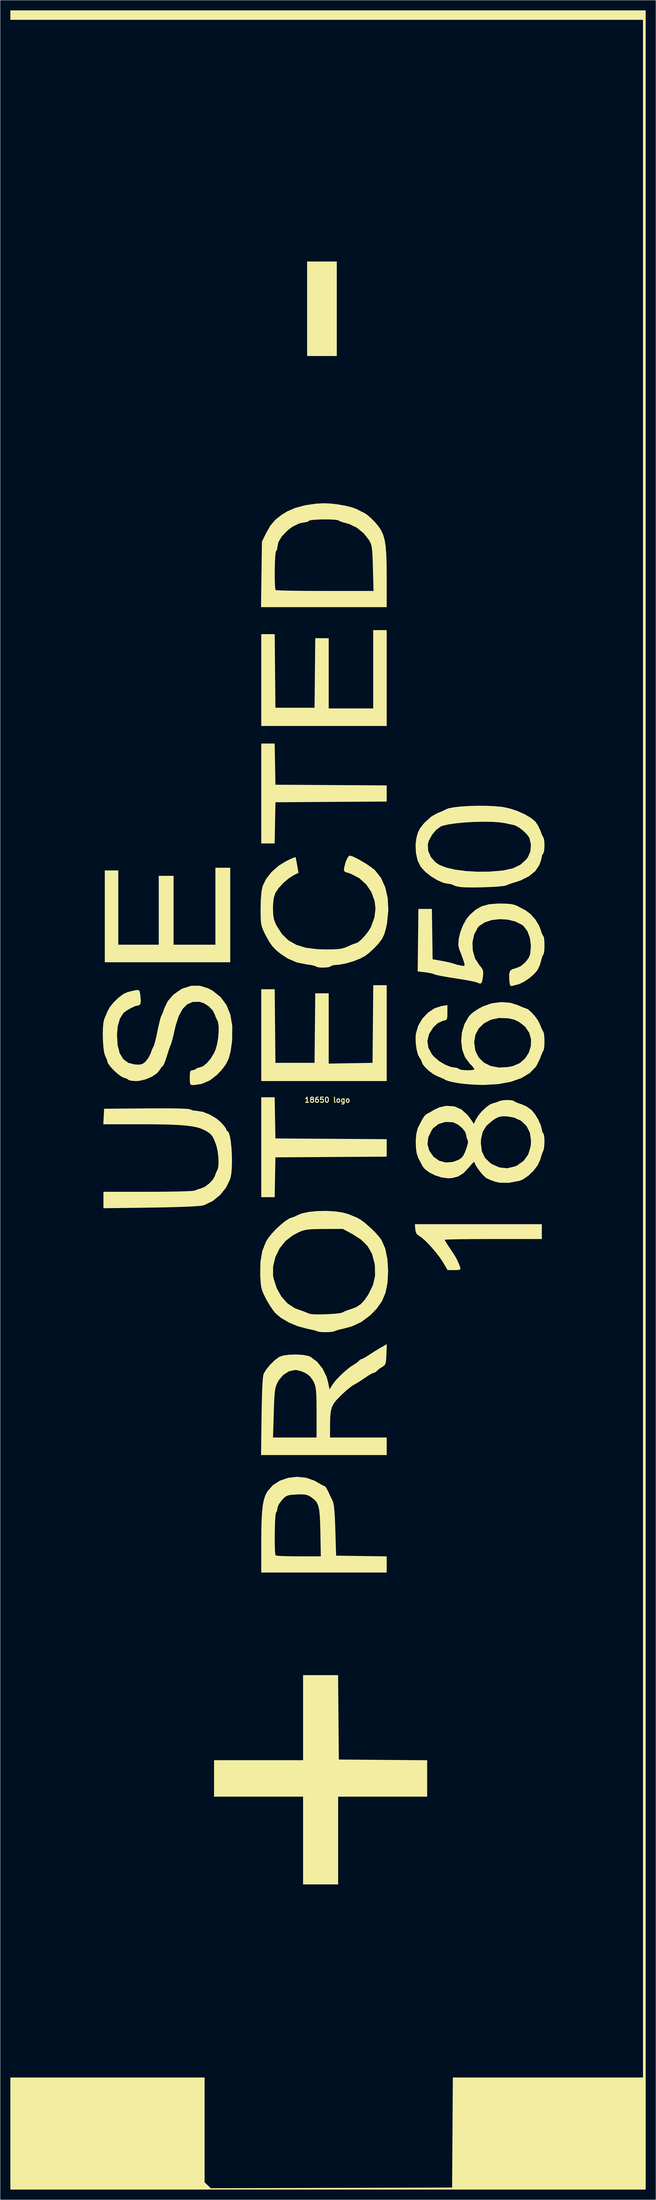
<source format=kicad_pcb>
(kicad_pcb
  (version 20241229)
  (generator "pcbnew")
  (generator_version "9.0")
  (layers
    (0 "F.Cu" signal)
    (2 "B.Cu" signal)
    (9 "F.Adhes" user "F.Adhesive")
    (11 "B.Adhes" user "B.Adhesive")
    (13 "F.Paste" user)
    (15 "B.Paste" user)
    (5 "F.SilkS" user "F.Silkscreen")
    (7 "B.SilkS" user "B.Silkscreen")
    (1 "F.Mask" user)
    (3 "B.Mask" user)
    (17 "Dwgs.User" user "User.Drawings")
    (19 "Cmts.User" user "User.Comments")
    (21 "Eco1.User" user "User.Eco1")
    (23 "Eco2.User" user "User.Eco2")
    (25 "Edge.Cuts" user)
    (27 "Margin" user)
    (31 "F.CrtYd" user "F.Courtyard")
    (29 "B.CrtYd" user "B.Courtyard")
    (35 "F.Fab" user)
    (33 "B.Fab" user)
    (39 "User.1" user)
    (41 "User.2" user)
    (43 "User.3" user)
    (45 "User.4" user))
  (footprint "18650 logo"
    (layer "F.Cu")
    (at 93.266 320.278)
    (property "Reference" "18650 logo" (at 0 0 0) (layer "F.SilkS") (effects (font (size 1.524 1.524) (thickness 0.3))))
    (attr through_hole)
    (fp_poly (pts (xy 2.778 -218.678) (xy -5.953 -218.678) (xy -5.953 -246.459) (xy 2.778 -246.459)) (stroke (width 0) (type solid)) (fill yes) (layer "F.SilkS"))
    (fp_poly (pts (xy -15.389 -98.723) (xy -15.28 -92.67) (xy 1.091 -92.567) (xy 17.462 -92.463) (xy 17.462 -87.718) (xy 1.091 -87.615) (xy -15.28 -87.511) (xy -15.499 -75.406) (xy -19.447 -75.406) (xy -19.447 -104.775) (xy -15.499 -104.775)) (stroke (width 0) (type solid)) (fill yes) (layer "F.SilkS"))
    (fp_poly (pts (xy -28.575 -40.481) (xy -65.484 -40.481) (xy -65.484 -67.469) (xy -61.516 -67.469) (xy -61.516 -45.641) (xy -49.609 -45.641) (xy -49.609 -65.881) (xy -45.244 -65.881) (xy -45.244 -45.641) (xy -32.941 -45.641) (xy -32.941 -68.263) (xy -28.575 -68.263)) (stroke (width 0) (type solid)) (fill yes) (layer "F.SilkS"))
    (fp_poly (pts (xy -15.389 5.259) (xy -15.28 11.311) (xy 1.091 11.415) (xy 17.462 11.518) (xy 17.462 16.66) (xy 1.091 16.764) (xy -15.28 16.867) (xy -15.39 22.721) (xy -15.499 28.575) (xy -19.447 28.575) (xy -19.447 -0.794) (xy -15.499 -0.794)) (stroke (width 0) (type solid)) (fill yes) (layer "F.SilkS"))
    (fp_poly (pts (xy 17.462 -109.934) (xy -19.447 -109.934) (xy -19.447 -136.922) (xy -15.491 -136.922) (xy -15.385 -126.107) (xy -15.28 -115.292) (xy -3.77 -115.292) (xy -3.558 -135.731) (xy 0.397 -135.731) (xy 0.397 -115.094) (xy 13.494 -115.094) (xy 13.494 -138.113) (xy 17.462 -138.113)) (stroke (width 0) (type solid)) (fill yes) (layer "F.SilkS"))
    (fp_poly (pts (xy 3.269 181.471) (xy 3.373 193.873) (xy 16.371 193.978) (xy 29.369 194.083) (xy 29.369 204.787) (xy 3.175 204.787) (xy 3.175 230.584) (xy -7.144 230.584) (xy -7.144 204.787) (xy -33.337 204.787) (xy -33.337 194.072) (xy -7.144 194.072) (xy -7.144 169.069) (xy 3.164 169.069)) (stroke (width 0) (type solid)) (fill yes) (layer "F.SilkS"))
    (fp_poly (pts (xy 17.462 -5.556) (xy -19.447 -5.556) (xy -19.447 -32.544) (xy -15.491 -32.544) (xy -15.385 -21.729) (xy -15.28 -10.914) (xy -3.77 -10.914) (xy -3.558 -31.353) (xy 0.397 -31.353) (xy 0.397 -10.696) (xy 6.846 -10.805) (xy 13.295 -10.914) (xy 13.506 -33.734) (xy 17.462 -33.734)) (stroke (width 0) (type solid)) (fill yes) (layer "F.SilkS"))
    (fp_poly (pts (xy 93.662 320.278) (xy -93.266 320.278) (xy -93.266 287.337) (xy -36.116 287.337) (xy -36.116 318.155) (xy -35.195 319.02) (xy -34.274 319.886) (xy 1.218 319.784) (xy 36.711 319.683) (xy 36.815 303.51) (xy 36.918 287.337) (xy 92.869 287.337) (xy 92.869 -317.5) (xy -93.266 -317.5) (xy -93.266 -320.278) (xy 93.662 -320.278)) (stroke (width 0) (type solid)) (fill yes) (layer "F.SilkS"))
    (fp_poly (pts (xy 63.103 40.878) (xy 48.816 40.878) (xy 45.537 40.884) (xy 42.523 40.9) (xy 39.863 40.926) (xy 37.645 40.959) (xy 35.957 40.999) (xy 34.889 41.045) (xy 34.528 41.093) (xy 34.729 41.533) (xy 35.223 42.334) (xy 35.322 42.482) (xy 36.374 44.044) (xy 37.086 45.126) (xy 37.569 45.901) (xy 37.932 46.541) (xy 38.187 47.03) (xy 38.705 48.155) (xy 39.069 49.113) (xy 39.174 49.641) (xy 38.948 49.905) (xy 38.218 49.997) (xy 37.357 50.006) (xy 35.371 50.006) (xy 34.056 47.755) (xy 33.084 46.288) (xy 31.823 44.663) (xy 30.426 43.048) (xy 29.042 41.609) (xy 27.822 40.513) (xy 27.009 39.967) (xy 26.257 39.382) (xy 25.917 38.402) (xy 25.872 37.998) (xy 25.749 36.513) (xy 63.103 36.513)) (stroke (width 0) (type solid)) (fill yes) (layer "F.SilkS"))
    (fp_poly (pts (xy -6.33 111.02) (xy -3.865 111.866) (xy -3.049 112.319) (xy -1.95 112.969) (xy -1.118 113.4) (xy -0.813 113.506) (xy -0.46 113.833) (xy 0.029 114.649) (xy 0.196 114.995) (xy 0.817 116.303) (xy 1.434 117.543) (xy 1.502 117.673) (xy 1.744 118.341) (xy 1.939 119.373) (xy 2.094 120.872) (xy 2.221 122.939) (xy 2.328 125.676) (xy 2.351 126.405) (xy 2.58 133.945) (xy 10.021 134.053) (xy 17.462 134.161) (xy 17.462 138.906) (xy -19.447 138.906) (xy -19.447 130.049) (xy -19.435 128.102) (xy -15.481 128.102) (xy -15.477 130.007) (xy -15.44 131.699) (xy -15.37 133.008) (xy -15.264 133.768) (xy -15.214 133.879) (xy -14.747 133.968) (xy -13.624 134.044) (xy -11.985 134.102) (xy -9.967 134.136) (xy -8.435 134.144) (xy -1.92 134.144) (xy -2.051 127.099) (xy -2.122 124.225) (xy -2.235 122.025) (xy -2.421 120.378) (xy -2.711 119.165) (xy -3.138 118.265) (xy -3.733 117.558) (xy -4.526 116.925) (xy -4.763 116.761) (xy -5.607 116.263) (xy -6.456 115.999) (xy -7.578 115.918) (xy -9.068 115.963) (xy -10.602 116.062) (xy -11.597 116.238) (xy -12.309 116.589) (xy -12.992 117.211) (xy -13.335 117.578) (xy -14.168 118.684) (xy -14.637 119.706) (xy -14.684 120.025) (xy -14.83 120.868) (xy -15.081 121.245) (xy -15.211 121.701) (xy -15.318 122.783) (xy -15.4 124.322) (xy -15.454 126.151) (xy -15.481 128.102) (xy -19.435 128.102) (xy -19.423 126.345) (xy -19.345 123.333) (xy -19.2 120.914) (xy -18.976 118.989) (xy -18.661 117.456) (xy -18.242 116.217) (xy -17.708 115.172) (xy -17.628 115.042) (xy -16.044 113.237) (xy -13.96 111.903) (xy -11.539 111.068) (xy -8.941 110.764)) (stroke (width 0) (type solid)) (fill yes) (layer "F.SilkS"))
    (fp_poly (pts (xy -46.066 2.467) (xy -43.522 2.509) (xy -41.699 2.581) (xy -40.624 2.683) (xy -40.328 2.772) (xy -39.677 3.053) (xy -38.659 3.175) (xy -38.62 3.175) (xy -36.697 3.474) (xy -34.597 4.284) (xy -32.609 5.474) (xy -31.478 6.423) (xy -30.564 7.399) (xy -29.943 8.215) (xy -29.766 8.615) (xy -29.56 9.089) (xy -29.432 9.128) (xy -29.043 9.5) (xy -28.706 10.515) (xy -28.43 12.025) (xy -28.224 13.882) (xy -28.097 15.937) (xy -28.057 18.04) (xy -28.115 20.043) (xy -28.277 21.798) (xy -28.554 23.156) (xy -28.585 23.253) (xy -29.765 25.712) (xy -31.521 27.906) (xy -33.683 29.672) (xy -36.08 30.843) (xy -36.609 31.002) (xy -37.487 31.13) (xy -39.087 31.253) (xy -41.336 31.367) (xy -44.161 31.469) (xy -47.491 31.556) (xy -51.253 31.626) (xy -52.09 31.638) (xy -65.881 31.827) (xy -65.881 26.988) (xy -52.779 26.988) (xy -49.472 26.976) (xy -46.461 26.945) (xy -43.834 26.895) (xy -41.684 26.83) (xy -40.101 26.752) (xy -39.176 26.663) (xy -38.988 26.615) (xy -38.068 26.246) (xy -37.214 26.014) (xy -36.026 25.501) (xy -34.773 24.568) (xy -33.714 23.448) (xy -33.106 22.374) (xy -33.081 22.28) (xy -32.739 21.287) (xy -32.415 20.706) (xy -32.136 19.898) (xy -32.023 18.554) (xy -32.066 16.913) (xy -32.255 15.213) (xy -32.582 13.691) (xy -32.691 13.347) (xy -33.282 11.745) (xy -33.815 10.685) (xy -34.456 9.946) (xy -35.367 9.309) (xy -35.947 8.975) (xy -36.982 8.485) (xy -38.216 8.085) (xy -39.733 7.768) (xy -41.616 7.526) (xy -43.948 7.35) (xy -46.813 7.233) (xy -50.293 7.167) (xy -54.472 7.144) (xy -55.076 7.144) (xy -65.921 7.144) (xy -65.802 4.862) (xy -65.683 2.58) (xy -53.207 2.475) (xy -49.303 2.455)) (stroke (width 0) (type solid)) (fill yes) (layer "F.SilkS"))
    (fp_poly (pts (xy 0.947 -175.318) (xy 3.063 -175.07) (xy 5.176 -174.702) (xy 7.04 -174.261) (xy 8.414 -173.789) (xy 8.641 -173.678) (xy 9.825 -173.065) (xy 10.934 -172.523) (xy 11.8 -171.942) (xy 12.931 -170.956) (xy 14.09 -169.77) (xy 14.145 -169.709) (xy 15.097 -168.556) (xy 15.851 -167.401) (xy 16.429 -166.135) (xy 16.853 -164.646) (xy 17.147 -162.827) (xy 17.331 -160.567) (xy 17.428 -157.757) (xy 17.462 -154.287) (xy 17.462 -153.435) (xy 17.462 -144.859) (xy -19.519 -144.859) (xy -19.382 -154.64) (xy -15.482 -154.64) (xy -15.467 -152.869) (xy -15.417 -151.367) (xy -15.328 -150.31) (xy -15.214 -149.886) (xy -14.769 -149.826) (xy -13.622 -149.77) (xy -11.862 -149.72) (xy -9.581 -149.679) (xy -6.87 -149.648) (xy -3.819 -149.628) (xy -0.682 -149.622) (xy 13.585 -149.622) (xy 13.408 -156.27) (xy 13.334 -158.746) (xy 13.253 -160.573) (xy 13.144 -161.891) (xy 12.987 -162.846) (xy 12.762 -163.579) (xy 12.45 -164.234) (xy 12.248 -164.587) (xy 10.678 -166.595) (xy 8.636 -168.234) (xy 6.365 -169.324) (xy 5.637 -169.525) (xy 4.431 -169.845) (xy 3.578 -170.161) (xy 3.332 -170.327) (xy 2.856 -170.484) (xy 1.794 -170.589) (xy 0.352 -170.643) (xy -1.264 -170.647) (xy -2.849 -170.604) (xy -4.196 -170.513) (xy -5.1 -170.378) (xy -5.358 -170.259) (xy -5.925 -169.91) (xy -6.274 -169.86) (xy -8.193 -169.507) (xy -10.217 -168.522) (xy -11.671 -167.431) (xy -13.415 -165.635) (xy -14.409 -163.965) (xy -14.684 -162.563) (xy -14.828 -161.715) (xy -15.081 -161.33) (xy -15.218 -160.871) (xy -15.328 -159.795) (xy -15.41 -158.28) (xy -15.462 -156.503) (xy -15.482 -154.64) (xy -19.382 -154.64) (xy -19.248 -164.108) (xy -17.997 -166.688) (xy -16.758 -168.845) (xy -15.278 -170.571) (xy -13.348 -172.077) (xy -11.797 -173.014) (xy -9.438 -174.036) (xy -6.551 -174.809) (xy -3.379 -175.281) (xy -0.928 -175.405)) (stroke (width 0) (type solid)) (fill yes) (layer "F.SilkS"))
    (fp_poly (pts (xy 17.38 74.815) (xy 17.303 76.362) (xy 17.169 77.32) (xy 16.907 77.895) (xy 16.443 78.291) (xy 16.073 78.509) (xy 15.165 79.107) (xy 14.583 79.647) (xy 14.565 79.673) (xy 13.969 80.127) (xy 13.737 80.169) (xy 13.167 80.383) (xy 12.18 80.944) (xy 11.078 81.669) (xy 9.751 82.558) (xy 8.498 83.336) (xy 7.748 83.752) (xy 6.934 84.293) (xy 5.771 85.236) (xy 4.463 86.413) (xy 3.94 86.916) (xy 2.737 88.15) (xy 1.886 89.226) (xy 1.327 90.323) (xy 0.999 91.621) (xy 0.842 93.301) (xy 0.795 95.544) (xy 0.794 96.298) (xy 0.794 99.219) (xy 17.462 99.219) (xy 17.462 104.378) (xy -19.511 104.378) (xy -19.444 99.219) (xy -15.988 99.219) (xy -3.175 99.219) (xy -3.175 91.839) (xy -3.186 89.052) (xy -3.235 86.925) (xy -3.348 85.324) (xy -3.549 84.115) (xy -3.863 83.163) (xy -4.315 82.335) (xy -4.929 81.498) (xy -5.147 81.227) (xy -6.149 80.425) (xy -7.575 79.764) (xy -9.053 79.402) (xy -9.49 79.375) (xy -11.284 79.75) (xy -12.943 80.793) (xy -14.284 82.379) (xy -14.532 82.813) (xy -14.893 83.55) (xy -15.162 84.274) (xy -15.358 85.125) (xy -15.499 86.242) (xy -15.604 87.763) (xy -15.692 89.827) (xy -15.762 91.976) (xy -15.988 99.219) (xy -19.444 99.219) (xy -19.362 92.968) (xy -19.294 89.03) (xy -19.202 85.805) (xy -19.087 83.312) (xy -18.95 81.57) (xy -18.791 80.598) (xy -18.753 80.487) (xy -18 79.238) (xy -16.833 77.824) (xy -15.505 76.513) (xy -14.264 75.576) (xy -14.119 75.494) (xy -12.888 75.1) (xy -11.159 74.873) (xy -9.205 74.815) (xy -7.297 74.925) (xy -5.71 75.203) (xy -4.961 75.484) (xy -3.005 76.959) (xy -1.373 79.009) (xy -0.201 81.436) (xy 0.209 82.915) (xy 0.645 85.066) (xy 1.542 83.616) (xy 2.438 82.449) (xy 3.755 81.06) (xy 5.261 79.665) (xy 6.724 78.479) (xy 7.848 77.751) (xy 8.729 77.193) (xy 9.247 76.697) (xy 9.783 76.244) (xy 9.983 76.2) (xy 10.522 75.992) (xy 11.466 75.455) (xy 12.246 74.951) (xy 13.681 74.018) (xy 15.194 73.092) (xy 15.793 72.746) (xy 17.497 71.79)) (stroke (width 0) (type solid)) (fill yes) (layer "F.SilkS"))
    (fp_poly (pts (xy 7.368 -71.622) (xy 8.571 -71.061) (xy 10.024 -70.265) (xy 11.53 -69.351) (xy 12.891 -68.432) (xy 13.91 -67.624) (xy 14.007 -67.533) (xy 15.78 -65.29) (xy 17.04 -62.52) (xy 17.769 -59.316) (xy 17.948 -55.774) (xy 17.56 -51.987) (xy 17.272 -50.557) (xy 16.777 -48.776) (xy 16.124 -47.401) (xy 15.118 -46.042) (xy 14.833 -45.711) (xy 13.573 -44.402) (xy 12.175 -43.141) (xy 11.214 -42.399) (xy 9.627 -41.538) (xy 7.576 -40.741) (xy 5.387 -40.108) (xy 3.382 -39.74) (xy 2.531 -39.688) (xy 1.568 -39.577) (xy 1.004 -39.308) (xy 0.992 -39.291) (xy 0.477 -39.058) (xy -0.517 -38.929) (xy -1.682 -38.906) (xy -2.715 -38.994) (xy -3.308 -39.197) (xy -3.338 -39.233) (xy -3.816 -39.452) (xy -4.843 -39.674) (xy -5.909 -39.819) (xy -8.939 -40.411) (xy -11.665 -41.579) (xy -13.702 -42.917) (xy -15.09 -44.043) (xy -16.176 -45.179) (xy -17.134 -46.547) (xy -18.14 -48.372) (xy -18.463 -49.014) (xy -18.969 -50.083) (xy -19.306 -51.003) (xy -19.507 -51.981) (xy -19.608 -53.224) (xy -19.642 -54.939) (xy -19.645 -56.158) (xy -19.572 -59.082) (xy -19.359 -61.378) (xy -19.055 -62.832) (xy -18.037 -64.965) (xy -16.392 -67.04) (xy -14.278 -68.888) (xy -12.138 -70.2) (xy -10.853 -70.821) (xy -9.879 -71.244) (xy -9.395 -71.393) (xy -9.375 -71.386) (xy -9.251 -70.946) (xy -9.049 -69.962) (xy -8.873 -68.995) (xy -8.483 -66.751) (xy -9.802 -66.122) (xy -11.313 -65.177) (xy -12.894 -63.832) (xy -14.293 -62.33) (xy -15.256 -60.916) (xy -15.311 -60.805) (xy -15.774 -59.348) (xy -15.981 -57.378) (xy -15.997 -56.278) (xy -15.932 -54.477) (xy -15.713 -53.131) (xy -15.269 -51.905) (xy -14.9 -51.158) (xy -13.363 -48.782) (xy -11.479 -46.948) (xy -9.172 -45.619) (xy -6.365 -44.756) (xy -2.98 -44.323) (xy -0.595 -44.254) (xy 1.547 -44.274) (xy 3.094 -44.351) (xy 4.242 -44.511) (xy 5.188 -44.78) (xy 6.048 -45.147) (xy 7.189 -45.653) (xy 8.053 -45.976) (xy 8.329 -46.038) (xy 9.02 -46.343) (xy 9.973 -47.143) (xy 11.025 -48.26) (xy 12.012 -49.517) (xy 12.771 -50.739) (xy 12.88 -50.962) (xy 13.859 -53.678) (xy 14.16 -56.246) (xy 13.913 -58.429) (xy 12.988 -61.047) (xy 11.432 -63.353) (xy 9.372 -65.209) (xy 6.939 -66.476) (xy 6.224 -66.702) (xy 5.259 -67.018) (xy 4.883 -67.406) (xy 4.915 -68.113) (xy 4.968 -68.384) (xy 5.383 -69.934) (xy 5.891 -71.119) (xy 6.409 -71.765) (xy 6.612 -71.834)) (stroke (width 0) (type solid)) (fill yes) (layer "F.SilkS"))
    (fp_poly (pts (xy 46.578 -86.473) (xy 49.051 -86.372) (xy 51.267 -86.172) (xy 51.77 -86.105) (xy 53.867 -85.638) (xy 56.081 -84.875) (xy 58.191 -83.916) (xy 59.972 -82.863) (xy 61.202 -81.82) (xy 61.245 -81.77) (xy 62.061 -80.544) (xy 62.691 -79.174) (xy 62.72 -79.087) (xy 63.113 -78.029) (xy 63.481 -77.298) (xy 63.548 -77.212) (xy 63.766 -76.594) (xy 63.874 -75.526) (xy 63.876 -74.295) (xy 63.775 -73.192) (xy 63.574 -72.507) (xy 63.5 -72.43) (xy 63.159 -71.866) (xy 63.103 -71.465) (xy 62.948 -70.687) (xy 62.554 -69.539) (xy 62.309 -68.949) (xy 61.137 -67.226) (xy 59.3 -65.729) (xy 56.913 -64.541) (xy 55.521 -64.081) (xy 54.188 -63.67) (xy 53.085 -63.268) (xy 52.653 -63.07) (xy 51.999 -62.913) (xy 50.721 -62.77) (xy 48.99 -62.647) (xy 46.976 -62.551) (xy 44.85 -62.487) (xy 42.78 -62.462) (xy 40.939 -62.483) (xy 39.496 -62.555) (xy 39.291 -62.574) (xy 38.126 -62.762) (xy 37.295 -63.021) (xy 37.128 -63.128) (xy 36.457 -63.427) (xy 35.846 -63.5) (xy 34.25 -63.792) (xy 32.391 -64.58) (xy 30.489 -65.73) (xy 28.765 -67.109) (xy 27.439 -68.582) (xy 27.437 -68.586) (xy 26.566 -70.361) (xy 26.057 -72.594) (xy 25.948 -75.017) (xy 25.967 -75.169) (xy 29.567 -75.169) (xy 29.665 -73.261) (xy 30.443 -71.437) (xy 31.794 -69.889) (xy 32.944 -69.113) (xy 34.975 -68.317) (xy 37.62 -67.706) (xy 40.717 -67.295) (xy 44.106 -67.096) (xy 47.624 -67.124) (xy 51.111 -67.394) (xy 51.863 -67.487) (xy 54.624 -68.099) (xy 56.796 -69.146) (xy 58.493 -70.691) (xy 59.029 -71.412) (xy 59.738 -73.103) (xy 59.893 -75.054) (xy 59.472 -76.935) (xy 59.414 -77.069) (xy 58.727 -78.056) (xy 57.616 -79.144) (xy 56.358 -80.103) (xy 55.224 -80.704) (xy 55.001 -80.77) (xy 54.104 -80.969) (xy 52.849 -81.245) (xy 52.388 -81.346) (xy 50.606 -81.608) (xy 48.342 -81.751) (xy 45.762 -81.784) (xy 43.033 -81.716) (xy 40.323 -81.555) (xy 37.798 -81.31) (xy 35.627 -80.991) (xy 33.975 -80.606) (xy 33.281 -80.335) (xy 31.98 -79.343) (xy 30.774 -77.883) (xy 29.886 -76.265) (xy 29.567 -75.169) (xy 25.967 -75.169) (xy 26.189 -76.969) (xy 26.61 -78.535) (xy 27.217 -79.781) (xy 28.198 -81.059) (xy 28.622 -81.534) (xy 30.645 -83.361) (xy 32.43 -84.332) (xy 33.606 -84.803) (xy 34.486 -85.21) (xy 34.74 -85.361) (xy 35.607 -85.719) (xy 37.116 -86.016) (xy 39.117 -86.246) (xy 41.461 -86.404) (xy 43.998 -86.481)) (stroke (width 0) (type solid)) (fill yes) (layer "F.SilkS"))
    (fp_poly (pts (xy 52.911 -57.688) (xy 54.416 -57.522) (xy 55.497 -57.217) (xy 55.86 -57.046) (xy 57.123 -56.374) (xy 58.33 -55.737) (xy 59.817 -54.633) (xy 61.217 -53.041) (xy 62.302 -51.253) (xy 62.714 -50.178) (xy 63.079 -49.073) (xy 63.43 -48.33) (xy 63.554 -48.187) (xy 63.744 -47.695) (xy 63.855 -46.679) (xy 63.889 -45.405) (xy 63.846 -44.137) (xy 63.728 -43.142) (xy 63.545 -42.692) (xy 63.25 -42.192) (xy 62.967 -41.23) (xy 62.916 -40.982) (xy 62.502 -39.581) (xy 61.884 -38.26) (xy 61.862 -38.224) (xy 60.901 -37.069) (xy 59.504 -35.856) (xy 57.951 -34.795) (xy 56.519 -34.092) (xy 56.149 -33.98) (xy 55.07 -33.709) (xy 54.31 -33.502) (xy 53.924 -33.517) (xy 53.693 -33.954) (xy 53.556 -34.968) (xy 53.516 -35.54) (xy 53.495 -37.02) (xy 53.739 -37.916) (xy 54.373 -38.426) (xy 55.522 -38.747) (xy 55.547 -38.752) (xy 56.933 -39.357) (xy 58.262 -40.471) (xy 59.274 -41.834) (xy 59.671 -42.867) (xy 59.889 -45.284) (xy 59.609 -47.58) (xy 58.881 -49.576) (xy 57.755 -51.092) (xy 57.286 -51.468) (xy 55.326 -52.451) (xy 53.066 -53.006) (xy 50.691 -53.144) (xy 48.388 -52.877) (xy 46.343 -52.218) (xy 44.741 -51.177) (xy 44.264 -50.654) (xy 43.192 -48.638) (xy 42.704 -46.319) (xy 42.793 -43.915) (xy 43.448 -41.645) (xy 44.663 -39.724) (xy 44.691 -39.693) (xy 45.471 -38.756) (xy 45.823 -37.986) (xy 45.858 -37.019) (xy 45.773 -36.179) (xy 45.567 -34.889) (xy 45.271 -34.276) (xy 44.769 -34.224) (xy 44.147 -34.505) (xy 43.521 -34.695) (xy 42.27 -34.963) (xy 40.553 -35.28) (xy 38.531 -35.613) (xy 37.703 -35.74) (xy 35.637 -36.066) (xy 33.844 -36.38) (xy 32.474 -36.654) (xy 31.678 -36.858) (xy 31.552 -36.916) (xy 30.963 -37.133) (xy 29.859 -37.366) (xy 28.865 -37.513) (xy 26.576 -37.796) (xy 26.683 -46.977) (xy 26.789 -56.158) (xy 30.758 -56.158) (xy 30.866 -48.76) (xy 30.973 -41.362) (xy 33.644 -40.892) (xy 35.13 -40.603) (xy 36.391 -40.308) (xy 37.108 -40.087) (xy 38.064 -39.782) (xy 39.238 -39.522) (xy 39.952 -39.41) (xy 40.321 -39.481) (xy 40.369 -39.881) (xy 40.122 -40.757) (xy 39.668 -42.069) (xy 39.248 -43.196) (xy 38.87 -44.087) (xy 38.841 -44.147) (xy 38.528 -45.52) (xy 38.642 -47.316) (xy 39.121 -49.33) (xy 39.904 -51.357) (xy 40.931 -53.193) (xy 41.898 -54.4) (xy 43.637 -55.932) (xy 45.444 -56.946) (xy 47.529 -57.52) (xy 50.103 -57.734) (xy 50.8 -57.74)) (stroke (width 0) (type solid)) (fill yes) (layer "F.SilkS"))
    (fp_poly (pts (xy 2.071 32.735) (xy 4.366 33.051) (xy 6.225 33.558) (xy 6.548 33.693) (xy 7.469 34.081) (xy 8.625 34.536) (xy 8.698 34.564) (xy 9.75 35.156) (xy 11.12 36.19) (xy 12.62 37.496) (xy 14.063 38.904) (xy 15.262 40.242) (xy 15.904 41.123) (xy 17.009 43.594) (xy 17.671 46.702) (xy 17.885 50.205) (xy 17.715 53.674) (xy 17.143 56.582) (xy 16.105 59.086) (xy 14.538 61.344) (xy 12.617 63.301) (xy 10.031 65.243) (xy 7.219 66.554) (xy 4.823 67.198) (xy 3.513 67.5) (xy 2.531 67.791) (xy 2.14 67.975) (xy 1.604 68.133) (xy 0.567 68.228) (xy -0.687 68.257) (xy -1.869 68.218) (xy -2.695 68.107) (xy -2.886 68.023) (xy -3.367 67.837) (xy -4.417 67.568) (xy -5.82 67.27) (xy -6.026 67.23) (xy -8.72 66.502) (xy -11.338 65.406) (xy -13.632 64.064) (xy -15.236 62.725) (xy -16.087 61.668) (xy -17.073 60.191) (xy -17.995 58.596) (xy -18.082 58.43) (xy -18.778 57.028) (xy -19.23 55.884) (xy -19.501 54.732) (xy -19.656 53.303) (xy -19.747 51.604) (xy -15.977 51.604) (xy -15.842 52.391) (xy -14.903 55.316) (xy -13.49 57.831) (xy -11.687 59.829) (xy -9.577 61.204) (xy -8.693 61.548) (xy -7.531 61.941) (xy -6.577 62.301) (xy -6.548 62.313) (xy -5.608 62.695) (xy -5.159 62.866) (xy -4.407 62.98) (xy -3.116 63.028) (xy -1.492 63.017) (xy 0.259 62.956) (xy 1.931 62.853) (xy 3.319 62.717) (xy 4.216 62.556) (xy 4.409 62.474) (xy 5.113 62.112) (xy 6.238 61.696) (xy 6.747 61.54) (xy 8.477 60.904) (xy 9.835 60.014) (xy 11.04 58.692) (xy 12.038 57.206) (xy 13.401 54.455) (xy 14.037 51.703) (xy 13.988 48.744) (xy 13.872 47.944) (xy 13.134 45.232) (xy 11.856 42.98) (xy 9.956 41.077) (xy 7.541 39.514) (xy 4.564 37.902) (xy -0.992 37.927) (xy -3.311 37.949) (xy -5.03 38.02) (xy -6.341 38.178) (xy -7.438 38.466) (xy -8.515 38.922) (xy -9.764 39.588) (xy -10.252 39.863) (xy -12.363 41.492) (xy -14.074 43.665) (xy -15.3 46.196) (xy -15.962 48.904) (xy -15.977 51.604) (xy -19.747 51.604) (xy -19.753 51.485) (xy -19.698 47.701) (xy -19.169 44.504) (xy -18.153 41.832) (xy -17.456 40.67) (xy -16.417 39.354) (xy -15.102 37.959) (xy -13.682 36.64) (xy -12.328 35.55) (xy -11.212 34.844) (xy -10.782 34.679) (xy -9.634 34.289) (xy -8.893 33.917) (xy -7.441 33.322) (xy -5.418 32.903) (xy -3.023 32.664) (xy -0.46 32.607)) (stroke (width 0) (type solid)) (fill yes) (layer "F.SilkS"))
    (fp_poly (pts (xy 53.896 -28.557) (xy 56.096 -27.852) (xy 57.21 -27.357) (xy 58.028 -27.044) (xy 58.265 -26.988) (xy 58.993 -26.677) (xy 59.951 -25.874) (xy 60.966 -24.767) (xy 61.866 -23.547) (xy 62.476 -22.403) (xy 62.497 -22.347) (xy 62.971 -21.176) (xy 63.39 -20.309) (xy 63.552 -20.062) (xy 63.75 -19.451) (xy 63.861 -18.333) (xy 63.887 -16.99) (xy 63.826 -15.704) (xy 63.679 -14.756) (xy 63.549 -14.466) (xy 63.236 -13.895) (xy 62.813 -12.843) (xy 62.548 -12.075) (xy 61.408 -9.817) (xy 59.591 -7.935) (xy 57.125 -6.442) (xy 54.038 -5.35) (xy 50.358 -4.672) (xy 46.115 -4.42) (xy 45.442 -4.42) (xy 43.282 -4.49) (xy 40.984 -4.654) (xy 38.946 -4.881) (xy 38.381 -4.967) (xy 36.854 -5.259) (xy 35.609 -5.563) (xy 34.876 -5.821) (xy 34.809 -5.863) (xy 34.173 -6.215) (xy 33.094 -6.69) (xy 32.441 -6.945) (xy 31.244 -7.561) (xy 29.991 -8.466) (xy 28.871 -9.49) (xy 28.071 -10.461) (xy 27.781 -11.182) (xy 27.536 -11.828) (xy 27.189 -12.299) (xy 26.669 -13.276) (xy 26.263 -14.792) (xy 26.013 -16.594) (xy 25.961 -18.432) (xy 26.032 -19.377) (xy 26.669 -21.697) (xy 27.901 -23.839) (xy 29.586 -25.647) (xy 31.58 -26.966) (xy 33.635 -27.624) (xy 35.322 -27.883) (xy 35.322 -25.693) (xy 35.301 -24.439) (xy 35.156 -23.76) (xy 34.765 -23.439) (xy 34.005 -23.257) (xy 33.951 -23.247) (xy 32.494 -22.596) (xy 31.213 -21.391) (xy 29.938 -19.401) (xy 29.442 -17.364) (xy 29.725 -15.345) (xy 30.784 -13.409) (xy 31.419 -12.679) (xy 32.909 -11.423) (xy 34.636 -10.389) (xy 36.335 -9.714) (xy 37.514 -9.525) (xy 38.341 -9.374) (xy 38.695 -9.128) (xy 39.17 -8.919) (xy 40.113 -8.787) (xy 41.256 -8.737) (xy 42.334 -8.774) (xy 43.079 -8.902) (xy 43.259 -9.05) (xy 42.997 -9.49) (xy 42.328 -10.253) (xy 41.854 -10.731) (xy 40.501 -12.565) (xy 39.676 -14.814) (xy 39.421 -16.929) (xy 43.203 -16.929) (xy 43.54 -14.52) (xy 44.503 -12.533) (xy 46.021 -11.011) (xy 48.022 -9.999) (xy 50.434 -9.541) (xy 53.185 -9.68) (xy 54.577 -9.965) (xy 56.583 -10.822) (xy 58.161 -12.184) (xy 59.27 -13.903) (xy 59.871 -15.836) (xy 59.927 -17.834) (xy 59.399 -19.752) (xy 58.247 -21.444) (xy 57.745 -21.91) (xy 56.336 -22.964) (xy 55.039 -23.586) (xy 53.459 -23.958) (xy 53.129 -24.01) (xy 50.487 -24.096) (xy 48.109 -23.578) (xy 46.094 -22.527) (xy 44.54 -21.011) (xy 43.543 -19.101) (xy 43.203 -16.929) (xy 39.421 -16.929) (xy 39.375 -17.303) (xy 39.595 -19.858) (xy 40.331 -22.303) (xy 41.58 -24.465) (xy 42.156 -25.142) (xy 43.079 -25.909) (xy 44.423 -26.785) (xy 45.723 -27.49) (xy 48.368 -28.42) (xy 51.17 -28.778)) (stroke (width 0) (type solid)) (fill yes) (layer "F.SilkS"))
    (fp_poly (pts (xy 53.636 0.027) (xy 54.569 0.153) (xy 54.934 0.342) (xy 55.413 0.643) (xy 56.39 1.018) (xy 56.995 1.203) (xy 58.62 1.905) (xy 60.057 2.937) (xy 60.157 3.033) (xy 61.12 4.221) (xy 62.023 5.708) (xy 62.724 7.22) (xy 63.083 8.485) (xy 63.103 8.758) (xy 63.298 9.497) (xy 63.5 9.723) (xy 63.734 10.249) (xy 63.861 11.289) (xy 63.881 12.573) (xy 63.794 13.828) (xy 63.598 14.783) (xy 63.509 14.987) (xy 63.177 15.788) (xy 62.802 16.98) (xy 62.674 17.462) (xy 61.959 19.084) (xy 60.72 20.755) (xy 59.171 22.255) (xy 57.526 23.365) (xy 56.514 23.771) (xy 53.403 24.357) (xy 50.718 24.319) (xy 49.549 24.076) (xy 48.201 23.617) (xy 47.012 23.082) (xy 46.695 22.898) (xy 45.931 22.224) (xy 45.037 21.196) (xy 44.182 20.044) (xy 43.533 18.994) (xy 43.26 18.273) (xy 43.259 18.248) (xy 43.042 18.29) (xy 42.472 18.846) (xy 41.695 19.768) (xy 40.109 21.467) (xy 38.49 22.497) (xy 36.635 22.964) (xy 35.53 23.019) (xy 33.692 22.793) (xy 31.779 22.189) (xy 30.022 21.316) (xy 28.653 20.284) (xy 28.02 19.469) (xy 27.363 18.223) (xy 26.698 16.966) (xy 26.269 15.636) (xy 26.041 13.826) (xy 26.029 12.981) (xy 29.471 12.981) (xy 29.975 14.85) (xy 31.226 16.666) (xy 32.89 17.856) (xy 34.847 18.38) (xy 36.978 18.202) (xy 38.584 17.6) (xy 39.36 17.113) (xy 39.949 16.439) (xy 40.481 15.377) (xy 41.043 13.86) (xy 41.343 12.69) (xy 45.164 12.69) (xy 45.464 15.081) (xy 46.389 17.012) (xy 47.98 18.558) (xy 48.402 18.841) (xy 50.66 19.847) (xy 52.972 20.069) (xy 55.283 19.506) (xy 55.795 19.271) (xy 57.756 17.889) (xy 59.097 16.016) (xy 59.808 13.671) (xy 59.928 12.016) (xy 59.582 9.617) (xy 58.587 7.632) (xy 57.006 6.127) (xy 54.902 5.168) (xy 52.983 4.844) (xy 51.552 4.797) (xy 50.529 4.961) (xy 49.535 5.435) (xy 48.645 6.014) (xy 46.838 7.562) (xy 45.722 9.352) (xy 45.215 11.539) (xy 45.164 12.69) (xy 41.343 12.69) (xy 41.38 12.544) (xy 41.306 11.79) (xy 41.261 11.733) (xy 40.959 11.063) (xy 40.878 10.398) (xy 40.539 9.355) (xy 39.665 8.247) (xy 38.467 7.273) (xy 37.157 6.632) (xy 36.766 6.533) (xy 34.62 6.474) (xy 32.692 7.084) (xy 31.144 8.3) (xy 30.735 8.837) (xy 29.712 10.944) (xy 29.471 12.981) (xy 26.029 12.981) (xy 26.013 11.822) (xy 26.185 9.912) (xy 26.557 8.385) (xy 26.712 8.033) (xy 27.384 6.748) (xy 28.023 5.527) (xy 28.64 4.624) (xy 29.273 4.083) (xy 29.313 4.067) (xy 30.045 3.704) (xy 31.078 3.093) (xy 31.409 2.881) (xy 32.984 2.157) (xy 34.862 1.74) (xy 34.981 1.728) (xy 37.315 1.87) (xy 39.412 2.762) (xy 41.24 4.388) (xy 41.872 5.217) (xy 43.118 7.025) (xy 43.642 5.842) (xy 44.396 4.595) (xy 45.504 3.282) (xy 46.758 2.107) (xy 47.95 1.271) (xy 48.617 1.001) (xy 49.719 0.691) (xy 50.497 0.373) (xy 51.305 0.139) (xy 52.449 0.023)) (stroke (width 0) (type solid)) (fill yes) (layer "F.SilkS"))
    (fp_poly (pts (xy -35.006 -32.799) (xy -33.77 -32.131) (xy -31.421 -30.263) (xy -29.675 -27.914) (xy -28.527 -25.07) (xy -27.971 -21.716) (xy -28.002 -17.838) (xy -28.104 -16.757) (xy -28.476 -14.193) (xy -29.023 -12.179) (xy -29.855 -10.472) (xy -31.086 -8.831) (xy -32.415 -7.419) (xy -34.562 -5.755) (xy -36.984 -4.709) (xy -39.363 -4.366) (xy -40.002 -4.408) (xy -40.335 -4.667) (xy -40.462 -5.336) (xy -40.481 -6.548) (xy -40.445 -7.813) (xy -40.294 -8.471) (xy -39.961 -8.711) (xy -39.711 -8.731) (xy -38.951 -8.913) (xy -38.695 -9.128) (xy -38.135 -9.462) (xy -37.681 -9.525) (xy -36.644 -9.871) (xy -35.48 -10.803) (xy -34.332 -12.16) (xy -33.346 -13.784) (xy -32.907 -14.781) (xy -32.446 -16.382) (xy -32.133 -18.223) (xy -31.981 -20.088) (xy -31.999 -21.759) (xy -32.202 -23.018) (xy -32.43 -23.503) (xy -32.833 -24.275) (xy -33.069 -25.009) (xy -33.72 -26.309) (xy -34.901 -27.529) (xy -36.359 -28.455) (xy -37.648 -28.856) (xy -39.586 -28.815) (xy -41.231 -28.115) (xy -42.607 -26.73) (xy -43.737 -24.634) (xy -44.642 -21.801) (xy -44.869 -20.827) (xy -45.26 -19.107) (xy -45.629 -17.637) (xy -45.923 -16.62) (xy -46.042 -16.31) (xy -46.315 -15.634) (xy -46.727 -14.441) (xy -47.194 -12.973) (xy -47.247 -12.799) (xy -47.704 -11.426) (xy -48.118 -10.409) (xy -48.412 -9.935) (xy -48.447 -9.922) (xy -48.833 -9.604) (xy -49.29 -8.859) (xy -50.149 -7.83) (xy -51.567 -6.877) (xy -53.309 -6.111) (xy -55.14 -5.646) (xy -56.226 -5.556) (xy -57.437 -5.621) (xy -58.29 -5.787) (xy -58.52 -5.923) (xy -59.039 -6.264) (xy -59.901 -6.543) (xy -60.71 -6.939) (xy -61.762 -7.735) (xy -62.87 -8.748) (xy -63.849 -9.799) (xy -64.513 -10.706) (xy -64.693 -11.195) (xy -64.876 -11.875) (xy -65.317 -12.83) (xy -65.355 -12.898) (xy -65.659 -13.874) (xy -65.884 -15.417) (xy -66.025 -17.304) (xy -66.076 -19.311) (xy -66.032 -21.216) (xy -65.887 -22.795) (xy -65.635 -23.824) (xy -65.624 -23.849) (xy -65.151 -24.922) (xy -64.686 -26.086) (xy -63.957 -27.381) (xy -62.791 -28.794) (xy -61.398 -30.121) (xy -59.992 -31.16) (xy -58.827 -31.697) (xy -57.154 -32.117) (xy -56.101 -32.327) (xy -55.51 -32.279) (xy -55.225 -31.926) (xy -55.088 -31.22) (xy -55.002 -30.541) (xy -54.878 -29.034) (xy -55.02 -28.163) (xy -55.46 -27.807) (xy -55.71 -27.781) (xy -56.56 -27.567) (xy -57.741 -27.032) (xy -58.954 -26.334) (xy -59.898 -25.634) (xy -60.07 -25.463) (xy -61.042 -23.872) (xy -61.665 -21.706) (xy -61.895 -19.127) (xy -61.706 -16.098) (xy -61.088 -13.727) (xy -60.03 -12.001) (xy -58.525 -10.904) (xy -56.564 -10.423) (xy -56.555 -10.422) (xy -55.254 -10.386) (xy -54.39 -10.602) (xy -53.622 -11.166) (xy -53.516 -11.265) (xy -52.672 -12.345) (xy -52.02 -13.642) (xy -51.976 -13.773) (xy -51.58 -14.851) (xy -51.214 -15.617) (xy -51.149 -15.712) (xy -50.934 -16.263) (xy -50.62 -17.41) (xy -50.255 -18.97) (xy -49.981 -20.271) (xy -49.61 -22.012) (xy -49.257 -23.472) (xy -48.97 -24.468) (xy -48.827 -24.799) (xy -48.519 -25.407) (xy -48.136 -26.454) (xy -47.999 -26.891) (xy -46.975 -29.033) (xy -45.305 -30.949) (xy -43.137 -32.482) (xy -42.576 -32.767) (xy -40.051 -33.569) (xy -37.532 -33.58)) (stroke (width 0) (type solid)) (fill yes) (layer "F.SilkS")))
  (gr_rect
    (start -3 -3)
    (end 189.928 643.556)
    (stroke (width 0.1) (type default))
    (fill no)
    (layer "Edge.Cuts")))
</source>
